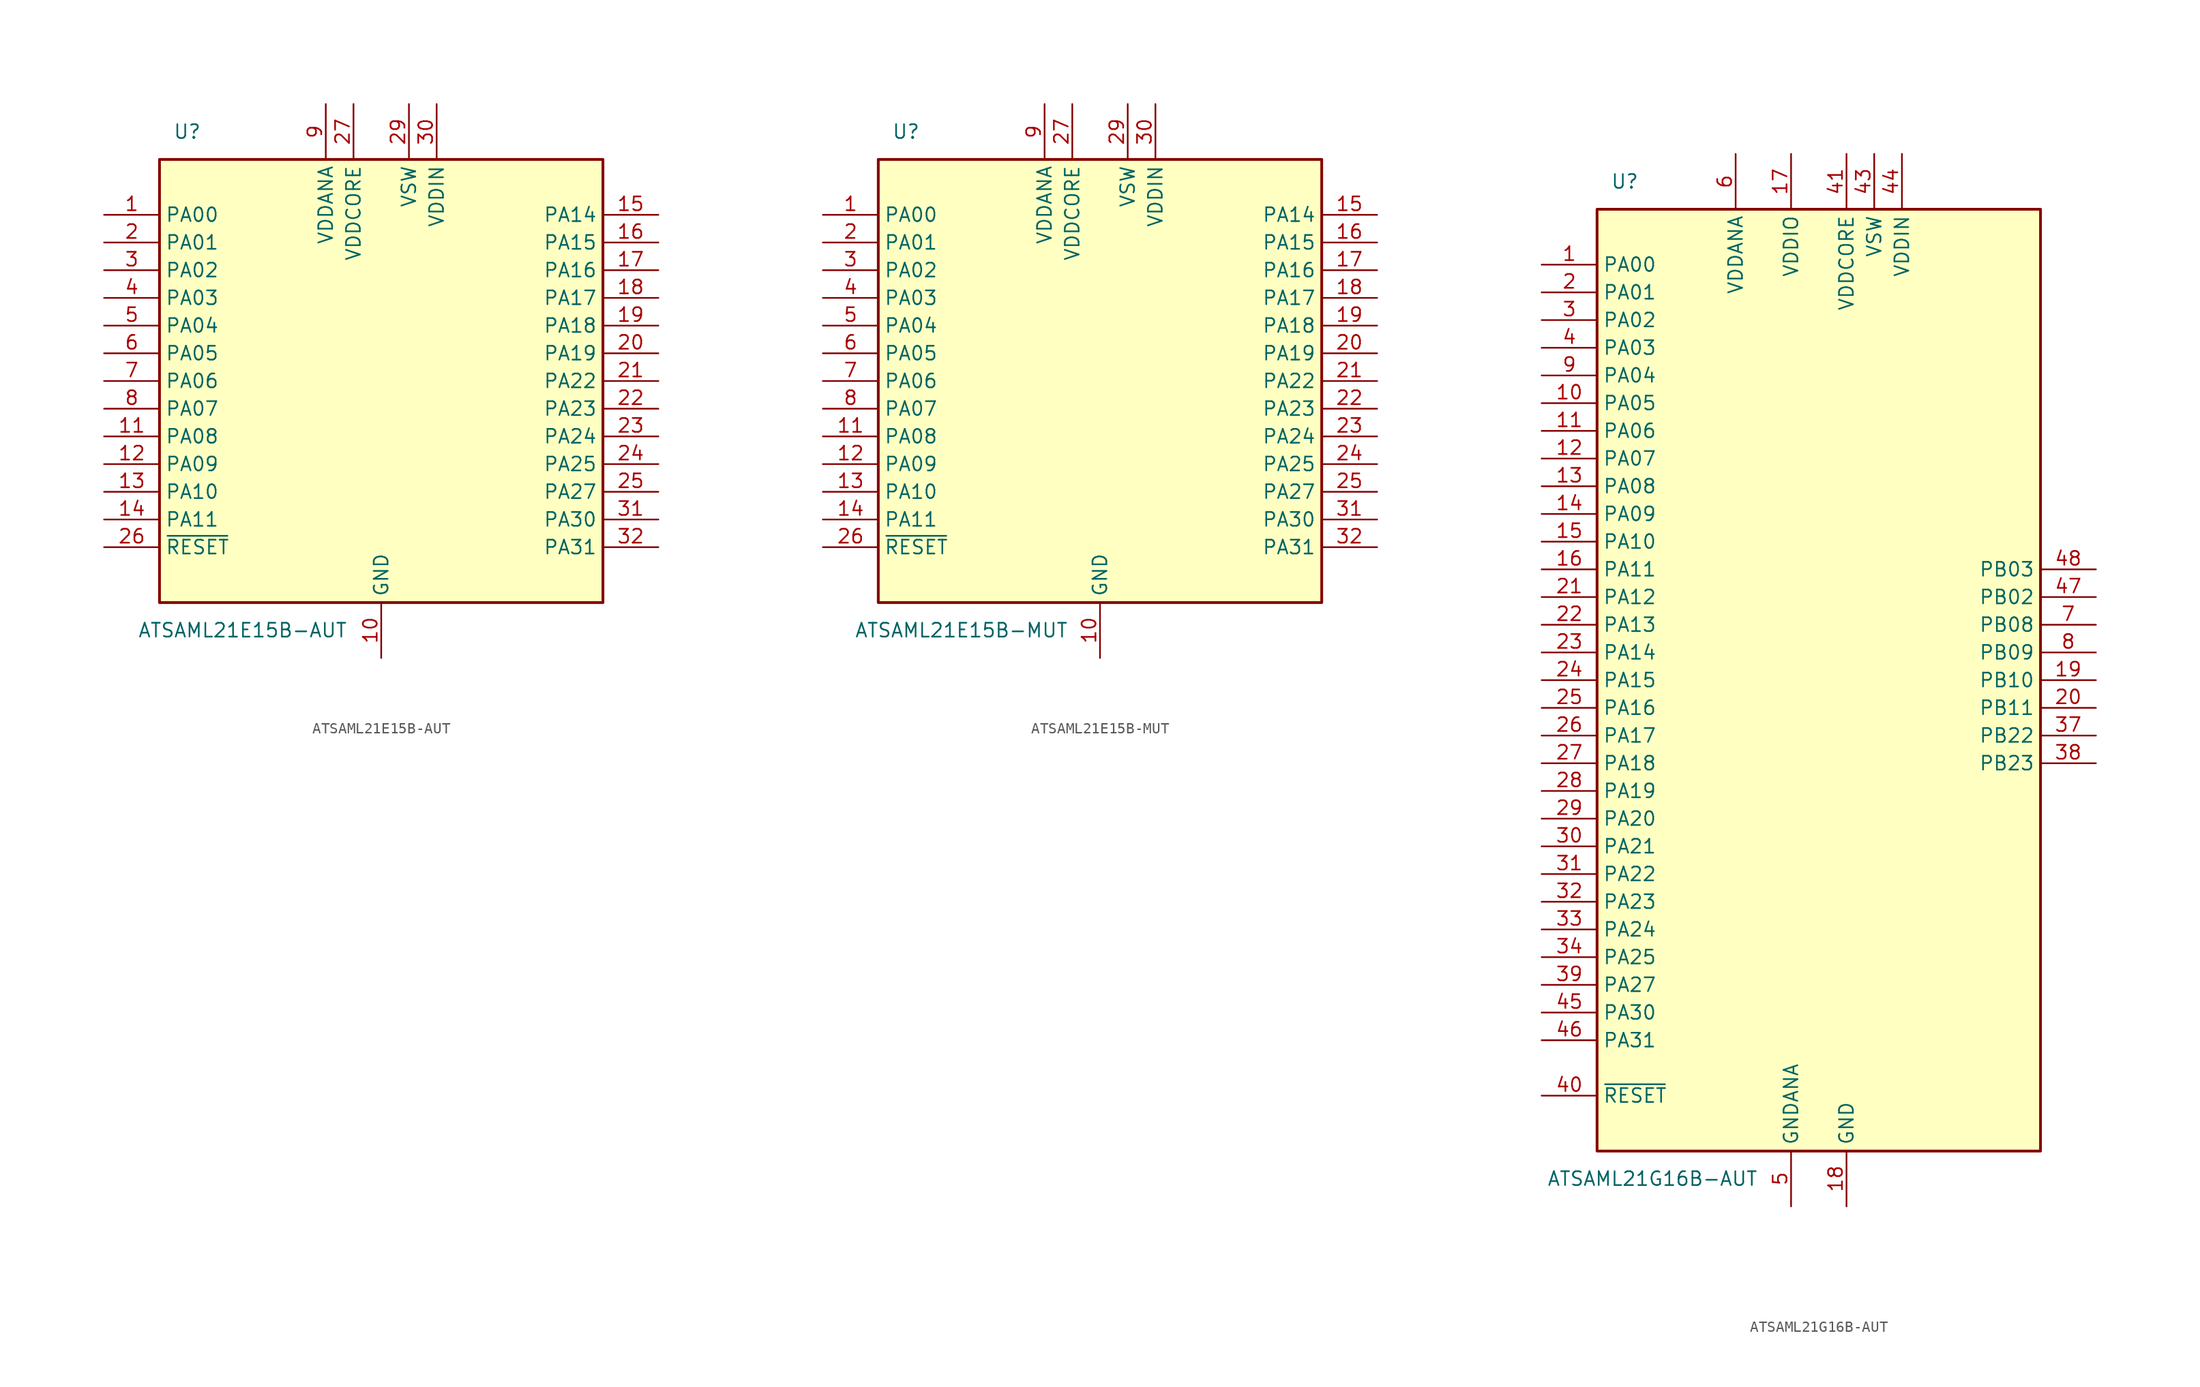
<source format=kicad_sym>
(kicad_symbol_lib
  (version 20201005)
  (generator kicad_symbol_editor)
  (symbol "MCU_Microchip_SAML:ATSAML21E15B-AUT"
    (property "Reference" "U"
      (at -17.78 22.86 0)
      (effects (font (size 1.27 1.27))))
    (property "Value" "ATSAML21E15B-AUT"
      (at -12.7 -22.86 0)
      (effects (font (size 1.27 1.27))))
    (symbol "ATSAML21E15B-AUT_0_1"
      (rectangle (start -20.32 20.32) (end 20.32 -20.32) (stroke (width 0.254)) (fill (type background))))
    (symbol "ATSAML21E15B-AUT_1_1"
      (pin bidirectional line (at -25.4 15.24 0) (length 5.08) (name "PA00" (effects (font (size 1.27 1.27)))) (number "1" (effects (font (size 1.27 1.27)))))
      (pin power_in line (at 0 -25.4 90) (length 5.08) (name "GND" (effects (font (size 1.27 1.27)))) (number "10" (effects (font (size 1.27 1.27)))))
      (pin bidirectional line (at -25.4 -5.08 0) (length 5.08) (name "PA08" (effects (font (size 1.27 1.27)))) (number "11" (effects (font (size 1.27 1.27)))))
      (pin bidirectional line (at -25.4 -7.62 0) (length 5.08) (name "PA09" (effects (font (size 1.27 1.27)))) (number "12" (effects (font (size 1.27 1.27)))))
      (pin bidirectional line (at -25.4 -10.16 0) (length 5.08) (name "PA10" (effects (font (size 1.27 1.27)))) (number "13" (effects (font (size 1.27 1.27)))))
      (pin bidirectional line (at -25.4 -12.7 0) (length 5.08) (name "PA11" (effects (font (size 1.27 1.27)))) (number "14" (effects (font (size 1.27 1.27)))))
      (pin bidirectional line (at 25.4 15.24 180) (length 5.08) (name "PA14" (effects (font (size 1.27 1.27)))) (number "15" (effects (font (size 1.27 1.27)))))
      (pin bidirectional line (at 25.4 12.7 180) (length 5.08) (name "PA15" (effects (font (size 1.27 1.27)))) (number "16" (effects (font (size 1.27 1.27)))))
      (pin bidirectional line (at 25.4 10.16 180) (length 5.08) (name "PA16" (effects (font (size 1.27 1.27)))) (number "17" (effects (font (size 1.27 1.27)))))
      (pin bidirectional line (at 25.4 7.62 180) (length 5.08) (name "PA17" (effects (font (size 1.27 1.27)))) (number "18" (effects (font (size 1.27 1.27)))))
      (pin bidirectional line (at 25.4 5.08 180) (length 5.08) (name "PA18" (effects (font (size 1.27 1.27)))) (number "19" (effects (font (size 1.27 1.27)))))
      (pin bidirectional line (at -25.4 12.7 0) (length 5.08) (name "PA01" (effects (font (size 1.27 1.27)))) (number "2" (effects (font (size 1.27 1.27)))))
      (pin bidirectional line (at 25.4 2.54 180) (length 5.08) (name "PA19" (effects (font (size 1.27 1.27)))) (number "20" (effects (font (size 1.27 1.27)))))
      (pin bidirectional line (at 25.4 0 180) (length 5.08) (name "PA22" (effects (font (size 1.27 1.27)))) (number "21" (effects (font (size 1.27 1.27)))))
      (pin bidirectional line (at 25.4 -2.54 180) (length 5.08) (name "PA23" (effects (font (size 1.27 1.27)))) (number "22" (effects (font (size 1.27 1.27)))))
      (pin bidirectional line (at 25.4 -5.08 180) (length 5.08) (name "PA24" (effects (font (size 1.27 1.27)))) (number "23" (effects (font (size 1.27 1.27)))))
      (pin bidirectional line (at 25.4 -7.62 180) (length 5.08) (name "PA25" (effects (font (size 1.27 1.27)))) (number "24" (effects (font (size 1.27 1.27)))))
      (pin bidirectional line (at 25.4 -10.16 180) (length 5.08) (name "PA27" (effects (font (size 1.27 1.27)))) (number "25" (effects (font (size 1.27 1.27)))))
      (pin input line (at -25.4 -15.24 0) (length 5.08) (name "~RESET" (effects (font (size 1.27 1.27)))) (number "26" (effects (font (size 1.27 1.27)))))
      (pin power_in line (at -2.54 25.4 270) (length 5.08) (name "VDDCORE" (effects (font (size 1.27 1.27)))) (number "27" (effects (font (size 1.27 1.27)))))
      (pin passive line (at 0 -25.4 90) (length 5.08) hide (name "GND" (effects (font (size 1.27 1.27)))) (number "28" (effects (font (size 1.27 1.27)))))
      (pin power_out line (at 2.54 25.4 270) (length 5.08) (name "VSW" (effects (font (size 1.27 1.27)))) (number "29" (effects (font (size 1.27 1.27)))))
      (pin bidirectional line (at -25.4 10.16 0) (length 5.08) (name "PA02" (effects (font (size 1.27 1.27)))) (number "3" (effects (font (size 1.27 1.27)))))
      (pin power_in line (at 5.08 25.4 270) (length 5.08) (name "VDDIN" (effects (font (size 1.27 1.27)))) (number "30" (effects (font (size 1.27 1.27)))))
      (pin bidirectional line (at 25.4 -12.7 180) (length 5.08) (name "PA30" (effects (font (size 1.27 1.27)))) (number "31" (effects (font (size 1.27 1.27)))))
      (pin bidirectional line (at 25.4 -15.24 180) (length 5.08) (name "PA31" (effects (font (size 1.27 1.27)))) (number "32" (effects (font (size 1.27 1.27)))))
      (pin bidirectional line (at -25.4 7.62 0) (length 5.08) (name "PA03" (effects (font (size 1.27 1.27)))) (number "4" (effects (font (size 1.27 1.27)))))
      (pin bidirectional line (at -25.4 5.08 0) (length 5.08) (name "PA04" (effects (font (size 1.27 1.27)))) (number "5" (effects (font (size 1.27 1.27)))))
      (pin bidirectional line (at -25.4 2.54 0) (length 5.08) (name "PA05" (effects (font (size 1.27 1.27)))) (number "6" (effects (font (size 1.27 1.27)))))
      (pin bidirectional line (at -25.4 0 0) (length 5.08) (name "PA06" (effects (font (size 1.27 1.27)))) (number "7" (effects (font (size 1.27 1.27)))))
      (pin bidirectional line (at -25.4 -2.54 0) (length 5.08) (name "PA07" (effects (font (size 1.27 1.27)))) (number "8" (effects (font (size 1.27 1.27)))))
      (pin power_in line (at -5.08 25.4 270) (length 5.08) (name "VDDANA" (effects (font (size 1.27 1.27)))) (number "9" (effects (font (size 1.27 1.27)))))))
  (symbol "MCU_Microchip_SAML:ATSAML21E15B-MUT"
    (property "Reference" "U"
      (at -17.78 22.86 0)
      (effects (font (size 1.27 1.27))))
    (property "Value" "ATSAML21E15B-MUT"
      (at -12.7 -22.86 0)
      (effects (font (size 1.27 1.27))))
    (symbol "ATSAML21E15B-MUT_0_1"
      (rectangle (start -20.32 20.32) (end 20.32 -20.32) (stroke (width 0.254)) (fill (type background))))
    (symbol "ATSAML21E15B-MUT_1_1"
      (pin bidirectional line (at -25.4 15.24 0) (length 5.08) (name "PA00" (effects (font (size 1.27 1.27)))) (number "1" (effects (font (size 1.27 1.27)))))
      (pin power_in line (at 0 -25.4 90) (length 5.08) (name "GND" (effects (font (size 1.27 1.27)))) (number "10" (effects (font (size 1.27 1.27)))))
      (pin bidirectional line (at -25.4 -5.08 0) (length 5.08) (name "PA08" (effects (font (size 1.27 1.27)))) (number "11" (effects (font (size 1.27 1.27)))))
      (pin bidirectional line (at -25.4 -7.62 0) (length 5.08) (name "PA09" (effects (font (size 1.27 1.27)))) (number "12" (effects (font (size 1.27 1.27)))))
      (pin bidirectional line (at -25.4 -10.16 0) (length 5.08) (name "PA10" (effects (font (size 1.27 1.27)))) (number "13" (effects (font (size 1.27 1.27)))))
      (pin bidirectional line (at -25.4 -12.7 0) (length 5.08) (name "PA11" (effects (font (size 1.27 1.27)))) (number "14" (effects (font (size 1.27 1.27)))))
      (pin bidirectional line (at 25.4 15.24 180) (length 5.08) (name "PA14" (effects (font (size 1.27 1.27)))) (number "15" (effects (font (size 1.27 1.27)))))
      (pin bidirectional line (at 25.4 12.7 180) (length 5.08) (name "PA15" (effects (font (size 1.27 1.27)))) (number "16" (effects (font (size 1.27 1.27)))))
      (pin bidirectional line (at 25.4 10.16 180) (length 5.08) (name "PA16" (effects (font (size 1.27 1.27)))) (number "17" (effects (font (size 1.27 1.27)))))
      (pin bidirectional line (at 25.4 7.62 180) (length 5.08) (name "PA17" (effects (font (size 1.27 1.27)))) (number "18" (effects (font (size 1.27 1.27)))))
      (pin bidirectional line (at 25.4 5.08 180) (length 5.08) (name "PA18" (effects (font (size 1.27 1.27)))) (number "19" (effects (font (size 1.27 1.27)))))
      (pin bidirectional line (at -25.4 12.7 0) (length 5.08) (name "PA01" (effects (font (size 1.27 1.27)))) (number "2" (effects (font (size 1.27 1.27)))))
      (pin bidirectional line (at 25.4 2.54 180) (length 5.08) (name "PA19" (effects (font (size 1.27 1.27)))) (number "20" (effects (font (size 1.27 1.27)))))
      (pin bidirectional line (at 25.4 0 180) (length 5.08) (name "PA22" (effects (font (size 1.27 1.27)))) (number "21" (effects (font (size 1.27 1.27)))))
      (pin bidirectional line (at 25.4 -2.54 180) (length 5.08) (name "PA23" (effects (font (size 1.27 1.27)))) (number "22" (effects (font (size 1.27 1.27)))))
      (pin bidirectional line (at 25.4 -5.08 180) (length 5.08) (name "PA24" (effects (font (size 1.27 1.27)))) (number "23" (effects (font (size 1.27 1.27)))))
      (pin bidirectional line (at 25.4 -7.62 180) (length 5.08) (name "PA25" (effects (font (size 1.27 1.27)))) (number "24" (effects (font (size 1.27 1.27)))))
      (pin bidirectional line (at 25.4 -10.16 180) (length 5.08) (name "PA27" (effects (font (size 1.27 1.27)))) (number "25" (effects (font (size 1.27 1.27)))))
      (pin input line (at -25.4 -15.24 0) (length 5.08) (name "~RESET" (effects (font (size 1.27 1.27)))) (number "26" (effects (font (size 1.27 1.27)))))
      (pin power_in line (at -2.54 25.4 270) (length 5.08) (name "VDDCORE" (effects (font (size 1.27 1.27)))) (number "27" (effects (font (size 1.27 1.27)))))
      (pin passive line (at 0 -25.4 90) (length 5.08) hide (name "GND" (effects (font (size 1.27 1.27)))) (number "28" (effects (font (size 1.27 1.27)))))
      (pin power_out line (at 2.54 25.4 270) (length 5.08) (name "VSW" (effects (font (size 1.27 1.27)))) (number "29" (effects (font (size 1.27 1.27)))))
      (pin bidirectional line (at -25.4 10.16 0) (length 5.08) (name "PA02" (effects (font (size 1.27 1.27)))) (number "3" (effects (font (size 1.27 1.27)))))
      (pin power_in line (at 5.08 25.4 270) (length 5.08) (name "VDDIN" (effects (font (size 1.27 1.27)))) (number "30" (effects (font (size 1.27 1.27)))))
      (pin bidirectional line (at 25.4 -12.7 180) (length 5.08) (name "PA30" (effects (font (size 1.27 1.27)))) (number "31" (effects (font (size 1.27 1.27)))))
      (pin bidirectional line (at 25.4 -15.24 180) (length 5.08) (name "PA31" (effects (font (size 1.27 1.27)))) (number "32" (effects (font (size 1.27 1.27)))))
      (pin bidirectional line (at -25.4 7.62 0) (length 5.08) (name "PA03" (effects (font (size 1.27 1.27)))) (number "4" (effects (font (size 1.27 1.27)))))
      (pin bidirectional line (at -25.4 5.08 0) (length 5.08) (name "PA04" (effects (font (size 1.27 1.27)))) (number "5" (effects (font (size 1.27 1.27)))))
      (pin bidirectional line (at -25.4 2.54 0) (length 5.08) (name "PA05" (effects (font (size 1.27 1.27)))) (number "6" (effects (font (size 1.27 1.27)))))
      (pin bidirectional line (at -25.4 0 0) (length 5.08) (name "PA06" (effects (font (size 1.27 1.27)))) (number "7" (effects (font (size 1.27 1.27)))))
      (pin bidirectional line (at -25.4 -2.54 0) (length 5.08) (name "PA07" (effects (font (size 1.27 1.27)))) (number "8" (effects (font (size 1.27 1.27)))))
      (pin power_in line (at -5.08 25.4 270) (length 5.08) (name "VDDANA" (effects (font (size 1.27 1.27)))) (number "9" (effects (font (size 1.27 1.27)))))))
  (symbol "MCU_Microchip_SAML:ATSAML21G16B-AUT"
    (property "Reference" "U"
      (at -17.78 45.72 0)
      (effects (font (size 1.27 1.27))))
    (property "Value" "ATSAML21G16B-AUT"
      (at -15.24 -45.72 0)
      (effects (font (size 1.27 1.27))))
    (symbol "ATSAML21G16B-AUT_0_1"
      (rectangle (start -20.32 43.18) (end 20.32 -43.18) (stroke (width 0.254)) (fill (type background))))
    (symbol "ATSAML21G16B-AUT_1_1"
      (pin bidirectional line (at -25.4 38.1 0) (length 5.08) (name "PA00" (effects (font (size 1.27 1.27)))) (number "1" (effects (font (size 1.27 1.27)))))
      (pin bidirectional line (at -25.4 25.4 0) (length 5.08) (name "PA05" (effects (font (size 1.27 1.27)))) (number "10" (effects (font (size 1.27 1.27)))))
      (pin bidirectional line (at -25.4 22.86 0) (length 5.08) (name "PA06" (effects (font (size 1.27 1.27)))) (number "11" (effects (font (size 1.27 1.27)))))
      (pin bidirectional line (at -25.4 20.32 0) (length 5.08) (name "PA07" (effects (font (size 1.27 1.27)))) (number "12" (effects (font (size 1.27 1.27)))))
      (pin bidirectional line (at -25.4 17.78 0) (length 5.08) (name "PA08" (effects (font (size 1.27 1.27)))) (number "13" (effects (font (size 1.27 1.27)))))
      (pin bidirectional line (at -25.4 15.24 0) (length 5.08) (name "PA09" (effects (font (size 1.27 1.27)))) (number "14" (effects (font (size 1.27 1.27)))))
      (pin bidirectional line (at -25.4 12.7 0) (length 5.08) (name "PA10" (effects (font (size 1.27 1.27)))) (number "15" (effects (font (size 1.27 1.27)))))
      (pin bidirectional line (at -25.4 10.16 0) (length 5.08) (name "PA11" (effects (font (size 1.27 1.27)))) (number "16" (effects (font (size 1.27 1.27)))))
      (pin power_in line (at -2.54 48.26 270) (length 5.08) (name "VDDIO" (effects (font (size 1.27 1.27)))) (number "17" (effects (font (size 1.27 1.27)))))
      (pin power_in line (at 2.54 -48.26 90) (length 5.08) (name "GND" (effects (font (size 1.27 1.27)))) (number "18" (effects (font (size 1.27 1.27)))))
      (pin bidirectional line (at 25.4 0 180) (length 5.08) (name "PB10" (effects (font (size 1.27 1.27)))) (number "19" (effects (font (size 1.27 1.27)))))
      (pin bidirectional line (at -25.4 35.56 0) (length 5.08) (name "PA01" (effects (font (size 1.27 1.27)))) (number "2" (effects (font (size 1.27 1.27)))))
      (pin bidirectional line (at 25.4 -2.54 180) (length 5.08) (name "PB11" (effects (font (size 1.27 1.27)))) (number "20" (effects (font (size 1.27 1.27)))))
      (pin bidirectional line (at -25.4 7.62 0) (length 5.08) (name "PA12" (effects (font (size 1.27 1.27)))) (number "21" (effects (font (size 1.27 1.27)))))
      (pin bidirectional line (at -25.4 5.08 0) (length 5.08) (name "PA13" (effects (font (size 1.27 1.27)))) (number "22" (effects (font (size 1.27 1.27)))))
      (pin bidirectional line (at -25.4 2.54 0) (length 5.08) (name "PA14" (effects (font (size 1.27 1.27)))) (number "23" (effects (font (size 1.27 1.27)))))
      (pin bidirectional line (at -25.4 0 0) (length 5.08) (name "PA15" (effects (font (size 1.27 1.27)))) (number "24" (effects (font (size 1.27 1.27)))))
      (pin bidirectional line (at -25.4 -2.54 0) (length 5.08) (name "PA16" (effects (font (size 1.27 1.27)))) (number "25" (effects (font (size 1.27 1.27)))))
      (pin bidirectional line (at -25.4 -5.08 0) (length 5.08) (name "PA17" (effects (font (size 1.27 1.27)))) (number "26" (effects (font (size 1.27 1.27)))))
      (pin bidirectional line (at -25.4 -7.62 0) (length 5.08) (name "PA18" (effects (font (size 1.27 1.27)))) (number "27" (effects (font (size 1.27 1.27)))))
      (pin bidirectional line (at -25.4 -10.16 0) (length 5.08) (name "PA19" (effects (font (size 1.27 1.27)))) (number "28" (effects (font (size 1.27 1.27)))))
      (pin bidirectional line (at -25.4 -12.7 0) (length 5.08) (name "PA20" (effects (font (size 1.27 1.27)))) (number "29" (effects (font (size 1.27 1.27)))))
      (pin bidirectional line (at -25.4 33.02 0) (length 5.08) (name "PA02" (effects (font (size 1.27 1.27)))) (number "3" (effects (font (size 1.27 1.27)))))
      (pin bidirectional line (at -25.4 -15.24 0) (length 5.08) (name "PA21" (effects (font (size 1.27 1.27)))) (number "30" (effects (font (size 1.27 1.27)))))
      (pin bidirectional line (at -25.4 -17.78 0) (length 5.08) (name "PA22" (effects (font (size 1.27 1.27)))) (number "31" (effects (font (size 1.27 1.27)))))
      (pin bidirectional line (at -25.4 -20.32 0) (length 5.08) (name "PA23" (effects (font (size 1.27 1.27)))) (number "32" (effects (font (size 1.27 1.27)))))
      (pin bidirectional line (at -25.4 -22.86 0) (length 5.08) (name "PA24" (effects (font (size 1.27 1.27)))) (number "33" (effects (font (size 1.27 1.27)))))
      (pin bidirectional line (at -25.4 -25.4 0) (length 5.08) (name "PA25" (effects (font (size 1.27 1.27)))) (number "34" (effects (font (size 1.27 1.27)))))
      (pin passive line (at 2.54 -48.26 90) (length 5.08) hide (name "GND" (effects (font (size 1.27 1.27)))) (number "35" (effects (font (size 1.27 1.27)))))
      (pin passive line (at -2.54 48.26 270) (length 5.08) hide (name "VDDIO" (effects (font (size 1.27 1.27)))) (number "36" (effects (font (size 1.27 1.27)))))
      (pin bidirectional line (at 25.4 -5.08 180) (length 5.08) (name "PB22" (effects (font (size 1.27 1.27)))) (number "37" (effects (font (size 1.27 1.27)))))
      (pin bidirectional line (at 25.4 -7.62 180) (length 5.08) (name "PB23" (effects (font (size 1.27 1.27)))) (number "38" (effects (font (size 1.27 1.27)))))
      (pin bidirectional line (at -25.4 -27.94 0) (length 5.08) (name "PA27" (effects (font (size 1.27 1.27)))) (number "39" (effects (font (size 1.27 1.27)))))
      (pin bidirectional line (at -25.4 30.48 0) (length 5.08) (name "PA03" (effects (font (size 1.27 1.27)))) (number "4" (effects (font (size 1.27 1.27)))))
      (pin input line (at -25.4 -38.1 0) (length 5.08) (name "~RESET" (effects (font (size 1.27 1.27)))) (number "40" (effects (font (size 1.27 1.27)))))
      (pin bidirectional line (at 2.54 48.26 270) (length 5.08) (name "VDDCORE" (effects (font (size 1.27 1.27)))) (number "41" (effects (font (size 1.27 1.27)))))
      (pin passive line (at 2.54 -48.26 90) (length 5.08) hide (name "GND" (effects (font (size 1.27 1.27)))) (number "42" (effects (font (size 1.27 1.27)))))
      (pin bidirectional line (at 5.08 48.26 270) (length 5.08) (name "VSW" (effects (font (size 1.27 1.27)))) (number "43" (effects (font (size 1.27 1.27)))))
      (pin bidirectional line (at 7.62 48.26 270) (length 5.08) (name "VDDIN" (effects (font (size 1.27 1.27)))) (number "44" (effects (font (size 1.27 1.27)))))
      (pin bidirectional line (at -25.4 -30.48 0) (length 5.08) (name "PA30" (effects (font (size 1.27 1.27)))) (number "45" (effects (font (size 1.27 1.27)))))
      (pin bidirectional line (at -25.4 -33.02 0) (length 5.08) (name "PA31" (effects (font (size 1.27 1.27)))) (number "46" (effects (font (size 1.27 1.27)))))
      (pin bidirectional line (at 25.4 7.62 180) (length 5.08) (name "PB02" (effects (font (size 1.27 1.27)))) (number "47" (effects (font (size 1.27 1.27)))))
      (pin bidirectional line (at 25.4 10.16 180) (length 5.08) (name "PB03" (effects (font (size 1.27 1.27)))) (number "48" (effects (font (size 1.27 1.27)))))
      (pin power_in line (at -2.54 -48.26 90) (length 5.08) (name "GNDANA" (effects (font (size 1.27 1.27)))) (number "5" (effects (font (size 1.27 1.27)))))
      (pin bidirectional line (at -7.62 48.26 270) (length 5.08) (name "VDDANA" (effects (font (size 1.27 1.27)))) (number "6" (effects (font (size 1.27 1.27)))))
      (pin bidirectional line (at 25.4 5.08 180) (length 5.08) (name "PB08" (effects (font (size 1.27 1.27)))) (number "7" (effects (font (size 1.27 1.27)))))
      (pin bidirectional line (at 25.4 2.54 180) (length 5.08) (name "PB09" (effects (font (size 1.27 1.27)))) (number "8" (effects (font (size 1.27 1.27)))))
      (pin bidirectional line (at -25.4 27.94 0) (length 5.08) (name "PA04" (effects (font (size 1.27 1.27)))) (number "9" (effects (font (size 1.27 1.27))))))))
</source>
